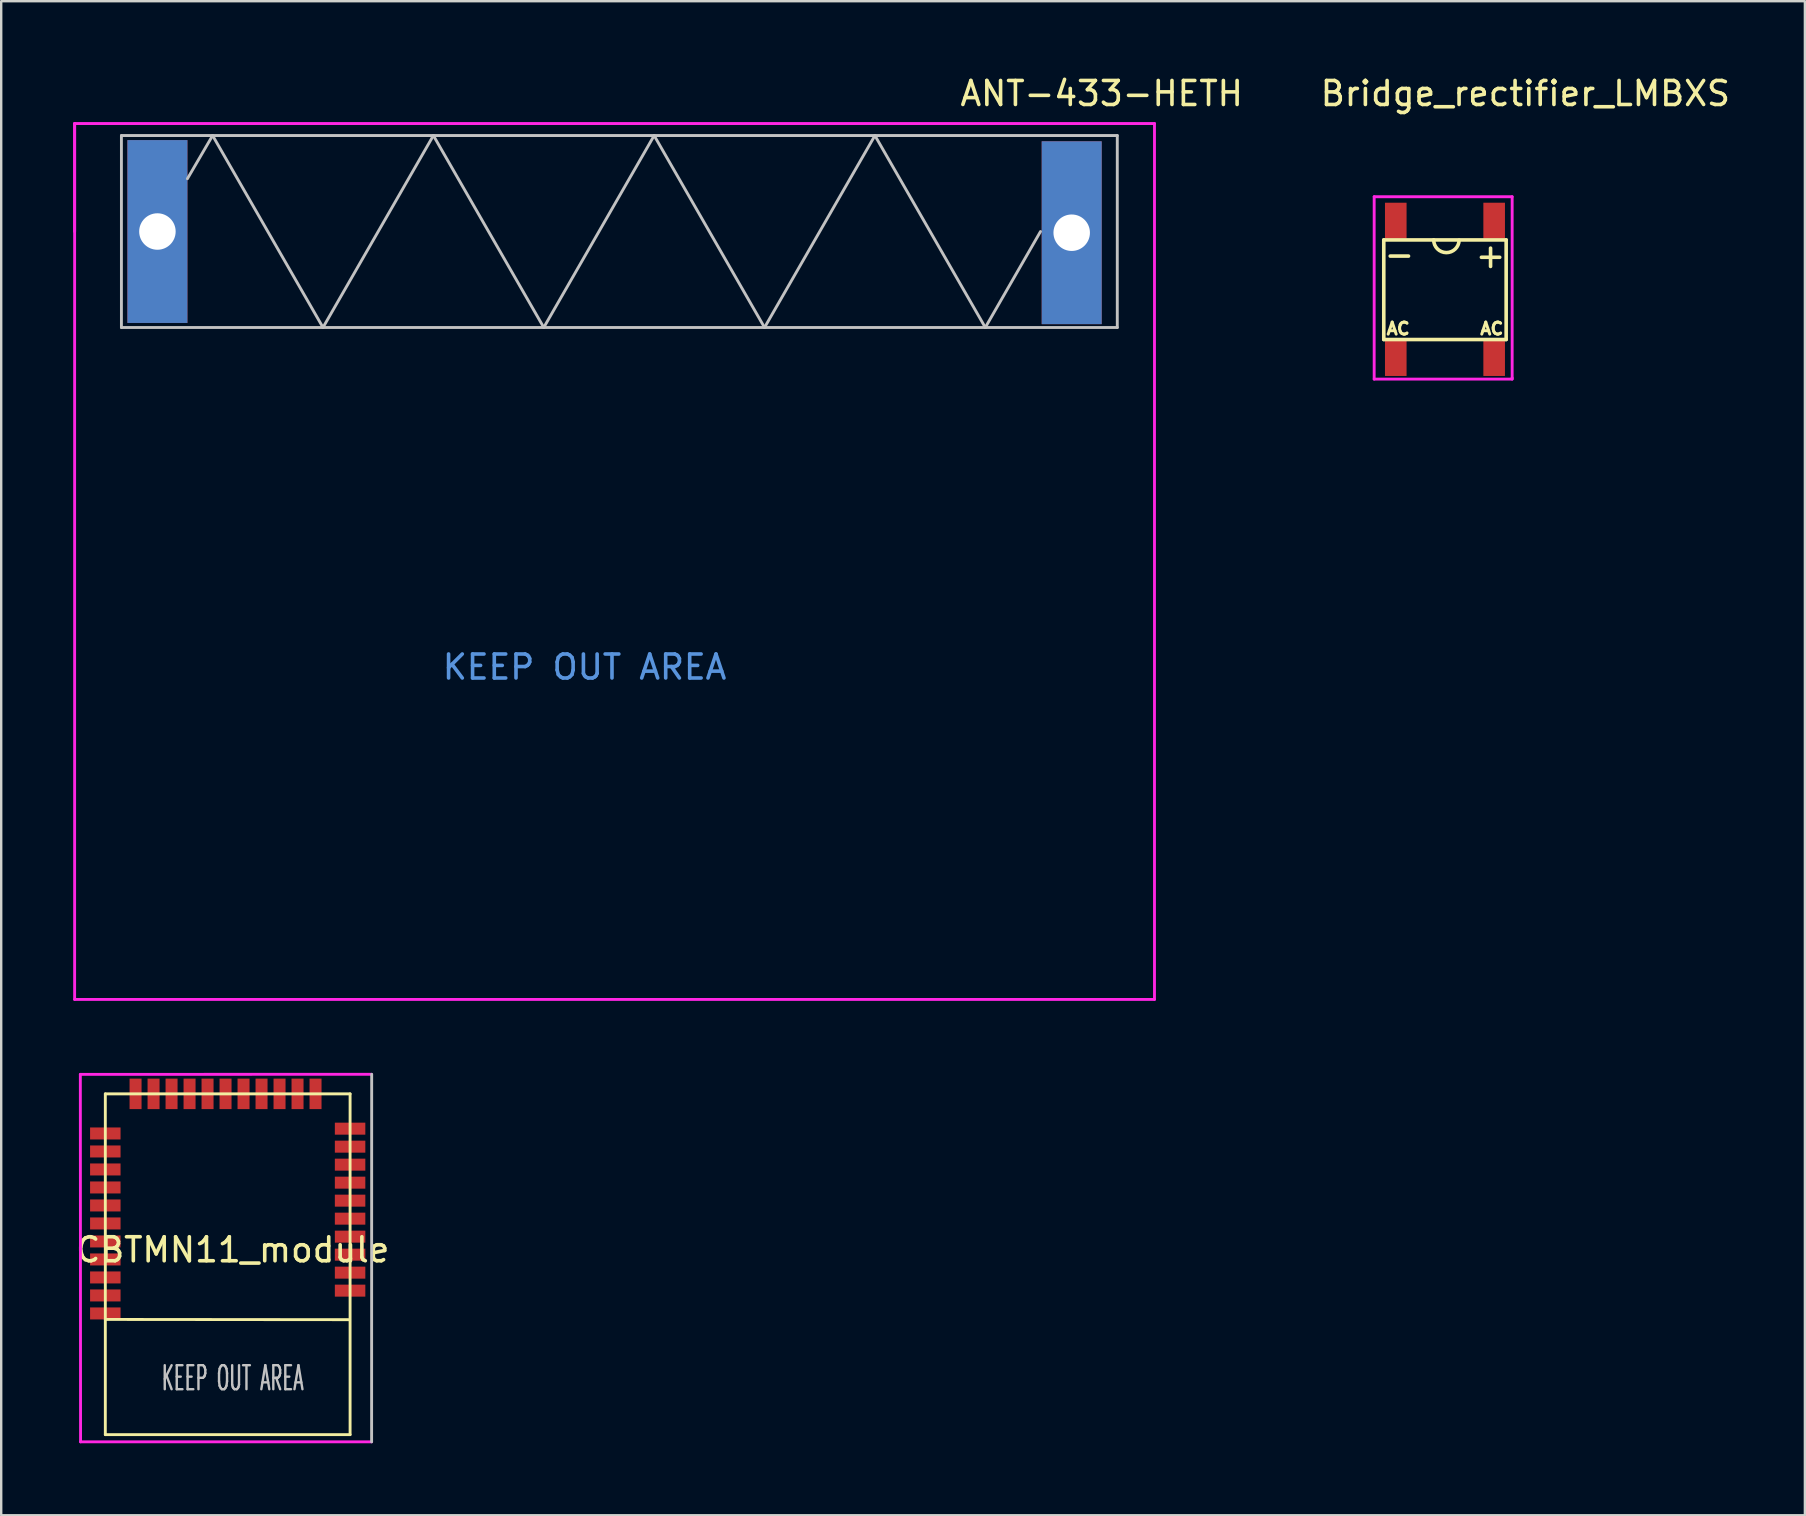
<source format=kicad_pcb>
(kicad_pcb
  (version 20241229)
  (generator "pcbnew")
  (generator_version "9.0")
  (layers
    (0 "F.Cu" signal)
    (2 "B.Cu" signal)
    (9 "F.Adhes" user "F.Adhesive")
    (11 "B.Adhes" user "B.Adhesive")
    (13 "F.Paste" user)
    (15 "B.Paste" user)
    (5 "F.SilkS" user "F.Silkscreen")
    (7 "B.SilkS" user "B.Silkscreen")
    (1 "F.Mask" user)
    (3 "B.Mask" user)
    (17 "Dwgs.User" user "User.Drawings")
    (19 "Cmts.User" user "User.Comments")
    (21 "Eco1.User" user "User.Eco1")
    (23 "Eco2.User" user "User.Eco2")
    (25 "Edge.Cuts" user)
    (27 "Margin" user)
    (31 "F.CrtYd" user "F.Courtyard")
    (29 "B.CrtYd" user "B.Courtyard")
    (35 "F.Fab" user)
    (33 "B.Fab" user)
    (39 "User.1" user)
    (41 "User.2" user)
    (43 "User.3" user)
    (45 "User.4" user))
  (footprint "CBTMN11_module"
    (layer "F.Cu")
    (at 1.339 51.934)
    (property "Reference" "CBTMN11_module" (at 5.31 -2.9 180) (layer "F.SilkS") (effects (font (size 1 1) (thickness 0.15))))
    (attr through_hole)
    (fp_line (start 0 -9.4) (end 10.2 -9.4) (stroke (width 0.12) (type solid)) (layer "F.SilkS"))
    (fp_line (start 0 0) (end 10.18 0.01) (stroke (width 0.12) (type solid)) (layer "F.SilkS"))
    (fp_line (start 0 4.8) (end 0 -9.4) (stroke (width 0.12) (type solid)) (layer "F.SilkS"))
    (fp_line (start 10.2 -9.4) (end 10.2 4.8) (stroke (width 0.12) (type solid)) (layer "F.SilkS"))
    (fp_line (start 10.2 4.8) (end 0 4.8) (stroke (width 0.12) (type solid)) (layer "F.SilkS"))
    (fp_line (start 11.1 -10.215) (end 11.097 5.101) (stroke (width 0.12) (type solid)) (layer "Dwgs.User"))
    (fp_line (start -1.041 -10.212) (end 11.095 -10.216) (stroke (width 0.12) (type solid)) (layer "F.CrtYd"))
    (fp_line (start -1.032 5.101) (end -1.041 -10.212) (stroke (width 0.12) (type solid)) (layer "F.CrtYd"))
    (fp_line (start 11.097 5.101) (end -1.032 5.101) (stroke (width 0.12) (type solid)) (layer "F.CrtYd"))
    (fp_text user "KEEP OUT AREA" (at 5.31 2.45 0) (layer "Dwgs.User") (effects (font (size 1 0.5) (thickness 0.1))))
    (pad "1" smd rect (at 0 -0.25 180) (size 1.27 0.5) (layers "F.Cu" "F.Mask" "F.Paste"))
    (pad "2" smd rect (at 0 -1 180) (size 1.27 0.5) (layers "F.Cu" "F.Mask" "F.Paste"))
    (pad "3" smd rect (at 0 -1.75 180) (size 1.27 0.5) (layers "F.Cu" "F.Mask" "F.Paste"))
    (pad "4" smd rect (at 0 -2.5 180) (size 1.27 0.5) (layers "F.Cu" "F.Mask" "F.Paste"))
    (pad "5" smd rect (at 0 -3.25 180) (size 1.27 0.5) (layers "F.Cu" "F.Mask" "F.Paste"))
    (pad "6" smd rect (at 0 -4 180) (size 1.27 0.5) (layers "F.Cu" "F.Mask" "F.Paste"))
    (pad "7" smd rect (at 0 -4.75 180) (size 1.27 0.5) (layers "F.Cu" "F.Mask" "F.Paste"))
    (pad "8" smd rect (at 0 -5.5 180) (size 1.27 0.5) (layers "F.Cu" "F.Mask" "F.Paste"))
    (pad "9" smd rect (at 0 -6.25 180) (size 1.27 0.5) (layers "F.Cu" "F.Mask" "F.Paste"))
    (pad "10" smd rect (at 0 -7 180) (size 1.27 0.5) (layers "F.Cu" "F.Mask" "F.Paste"))
    (pad "11" smd rect (at 0 -7.75 180) (size 1.27 0.5) (layers "F.Cu" "F.Mask" "F.Paste"))
    (pad "12" smd rect (at 1.26 -9.4 270) (size 1.27 0.5) (layers "F.Cu" "F.Mask" "F.Paste"))
    (pad "13" smd rect (at 2.01 -9.4 270) (size 1.27 0.5) (layers "F.Cu" "F.Mask" "F.Paste"))
    (pad "14" smd rect (at 2.76 -9.4 270) (size 1.27 0.5) (layers "F.Cu" "F.Mask" "F.Paste"))
    (pad "15" smd rect (at 3.51 -9.4 270) (size 1.27 0.5) (layers "F.Cu" "F.Mask" "F.Paste"))
    (pad "16" smd rect (at 4.26 -9.4 270) (size 1.27 0.5) (layers "F.Cu" "F.Mask" "F.Paste"))
    (pad "17" smd rect (at 5.01 -9.4 270) (size 1.27 0.5) (layers "F.Cu" "F.Mask" "F.Paste"))
    (pad "18" smd rect (at 5.76 -9.4 270) (size 1.27 0.5) (layers "F.Cu" "F.Mask" "F.Paste"))
    (pad "19" smd rect (at 6.51 -9.4 270) (size 1.27 0.5) (layers "F.Cu" "F.Mask" "F.Paste"))
    (pad "20" smd rect (at 7.26 -9.4 270) (size 1.27 0.5) (layers "F.Cu" "F.Mask" "F.Paste"))
    (pad "21" smd rect (at 8.01 -9.4 270) (size 1.27 0.5) (layers "F.Cu" "F.Mask" "F.Paste"))
    (pad "22" smd rect (at 8.76 -9.4 270) (size 1.27 0.5) (layers "F.Cu" "F.Mask" "F.Paste"))
    (pad "23" smd rect (at 10.2 -7.95) (size 1.27 0.5) (layers "F.Cu" "F.Mask" "F.Paste"))
    (pad "24" smd rect (at 10.2 -7.2) (size 1.27 0.5) (layers "F.Cu" "F.Mask" "F.Paste"))
    (pad "25" smd rect (at 10.2 -6.45) (size 1.27 0.5) (layers "F.Cu" "F.Mask" "F.Paste"))
    (pad "26" smd rect (at 10.2 -5.7) (size 1.27 0.5) (layers "F.Cu" "F.Mask" "F.Paste"))
    (pad "27" smd rect (at 10.2 -4.95) (size 1.27 0.5) (layers "F.Cu" "F.Mask" "F.Paste"))
    (pad "28" smd rect (at 10.2 -4.2) (size 1.27 0.5) (layers "F.Cu" "F.Mask" "F.Paste"))
    (pad "29" smd rect (at 10.2 -3.45) (size 1.27 0.5) (layers "F.Cu" "F.Mask" "F.Paste"))
    (pad "30" smd rect (at 10.2 -2.7) (size 1.27 0.5) (layers "F.Cu" "F.Mask" "F.Paste"))
    (pad "31" smd rect (at 10.2 -1.95) (size 1.27 0.5) (layers "F.Cu" "F.Mask" "F.Paste"))
    (pad "32" smd rect (at 10.2 -1.2) (size 1.27 0.5) (layers "F.Cu" "F.Mask" "F.Paste")))
  (footprint "Bridge_rectifier_LMBXS"
    (layer "F.Cu")
    (at 57.165 9.028)
    (property "Reference" "Bridge_rectifier_LMBXS" (at 3.35 -8.18 0) (layer "F.SilkS") (effects (font (size 1 1) (thickness 0.15))))
    (attr smd)
    (fp_line (start -2.55 -2.08) (end 2.55 -2.08) (stroke (width 0.15) (type solid)) (layer "F.SilkS"))
    (fp_line (start -2.55 2.07) (end -2.55 -2.08) (stroke (width 0.15) (type solid)) (layer "F.SilkS"))
    (fp_line (start 2.55 -2.08) (end 2.55 2.07) (stroke (width 0.15) (type solid)) (layer "F.SilkS"))
    (fp_line (start 2.55 2.07) (end -2.55 2.07) (stroke (width 0.15) (type solid)) (layer "F.SilkS"))
    (fp_arc (start 0.589834 -2.066755) (mid 0.053377 -1.550042) (end -0.47 -2.08) (stroke (width 0.15) (type solid)) (layer "F.SilkS"))
    (fp_line (start -2.95 -3.88) (end 2.8 -3.88) (stroke (width 0.12) (type solid)) (layer "F.CrtYd"))
    (fp_line (start -2.95 3.72) (end -2.95 -3.88) (stroke (width 0.12) (type solid)) (layer "F.CrtYd"))
    (fp_line (start 2.8 -3.88) (end 2.8 3.67) (stroke (width 0.12) (type solid)) (layer "F.CrtYd"))
    (fp_line (start 2.8 3.67) (end 2.8 3.72) (stroke (width 0.12) (type solid)) (layer "F.CrtYd"))
    (fp_line (start 2.8 3.72) (end -2.95 3.72) (stroke (width 0.12) (type solid)) (layer "F.CrtYd"))
    (fp_text user "AC" (at -1.95 1.62 0) (layer "F.SilkS") (effects (font (size 0.5 0.5) (thickness 0.125))))
    (fp_text user "+" (at 1.9 -1.43 0) (layer "F.SilkS") (effects (font (size 1 1) (thickness 0.15))))
    (fp_text user "-" (at -1.9 -1.48 0) (layer "F.SilkS") (effects (font (size 1 1) (thickness 0.15))))
    (fp_text user "AC" (at 1.95 1.62 0) (layer "F.SilkS") (effects (font (size 0.5 0.5) (thickness 0.125))))
    (pad "1" smd rect (at 2.05 -2.88) (size 0.9 1.5) (layers "F.Cu" "F.Mask" "F.Paste"))
    (pad "2" smd rect (at 2.05 2.84) (size 0.9 1.5) (layers "F.Cu" "F.Mask" "F.Paste"))
    (pad "3" smd rect (at -2.05 2.84) (size 0.9 1.5) (layers "F.Cu" "F.Mask" "F.Paste"))
    (pad "4" smd rect (at -2.05 -2.88) (size 0.9 1.5) (layers "F.Cu" "F.Mask" "F.Paste")))
  (footprint "ANT-433-HETH"
    (layer "F.Cu")
    (at 3.51 6.598)
    (property "Reference" "ANT-433-HETH" (at 39.35 -5.75 0) (layer "F.SilkS") (effects (font (size 1 1) (thickness 0.15))))
    (attr through_hole)
    (fp_line (start -1.5 -4) (end -1.5 4) (stroke (width 0.12) (type solid)) (layer "Dwgs.User"))
    (fp_line (start -1.5 4) (end 40 4) (stroke (width 0.12) (type solid)) (layer "Dwgs.User"))
    (fp_line (start 1.25 -2.2) (end 2.3 -4) (stroke (width 0.12) (type solid)) (layer "Dwgs.User"))
    (fp_line (start 2.3 -4) (end 6.9 4) (stroke (width 0.12) (type solid)) (layer "Dwgs.User"))
    (fp_line (start 6.9 4) (end 11.5 -4) (stroke (width 0.12) (type solid)) (layer "Dwgs.User"))
    (fp_line (start 11.5 -4) (end 16.1 4) (stroke (width 0.12) (type solid)) (layer "Dwgs.User"))
    (fp_line (start 16.1 4) (end 20.7 -4) (stroke (width 0.12) (type solid)) (layer "Dwgs.User"))
    (fp_line (start 20.7 -4) (end 25.3 4) (stroke (width 0.12) (type solid)) (layer "Dwgs.User"))
    (fp_line (start 25.3 4) (end 29.9 -4) (stroke (width 0.12) (type solid)) (layer "Dwgs.User"))
    (fp_line (start 29.9 -4) (end 34.5 4) (stroke (width 0.12) (type solid)) (layer "Dwgs.User"))
    (fp_line (start 34.5 4) (end 36.8 0) (stroke (width 0.12) (type solid)) (layer "Dwgs.User"))
    (fp_line (start 40 -4) (end -1.5 -4) (stroke (width 0.12) (type solid)) (layer "Dwgs.User"))
    (fp_line (start 40 4) (end 40 -4) (stroke (width 0.12) (type solid)) (layer "Dwgs.User"))
    (fp_line (start -3.45 -4.5) (end 41.55 -4.5) (stroke (width 0.12) (type solid)) (layer "F.CrtYd"))
    (fp_line (start -3.45 0) (end -3.45 -4.5) (stroke (width 0.12) (type solid)) (layer "F.CrtYd"))
    (fp_line (start -3.45 32) (end -3.45 -4.5) (stroke (width 0.12) (type solid)) (layer "F.CrtYd"))
    (fp_line (start 41.55 -4.5) (end 41.55 32) (stroke (width 0.12) (type solid)) (layer "F.CrtYd"))
    (fp_line (start 41.55 32) (end -3.45 32) (stroke (width 0.12) (type solid)) (layer "F.CrtYd"))
    (fp_text user "KEEP OUT AREA" (at 17.8 18.15 0) (layer "Cmts.User") (effects (font (size 1 1) (thickness 0.15))))
    (pad "1" thru_hole rect (at 0 0) (size 2.5 7.62) (drill 1.52) (layers "*.Cu" "*.Mask"))
    (pad "2" thru_hole rect (at 38.1 0.05) (size 2.5 7.62) (drill 1.52) (layers "*.Cu" "*.Mask")))
  (gr_rect
    (start -3 -3)
    (end 72.164 60.095)
    (stroke (width 0.1) (type default))
    (fill no)
    (layer "Edge.Cuts")))
</source>
